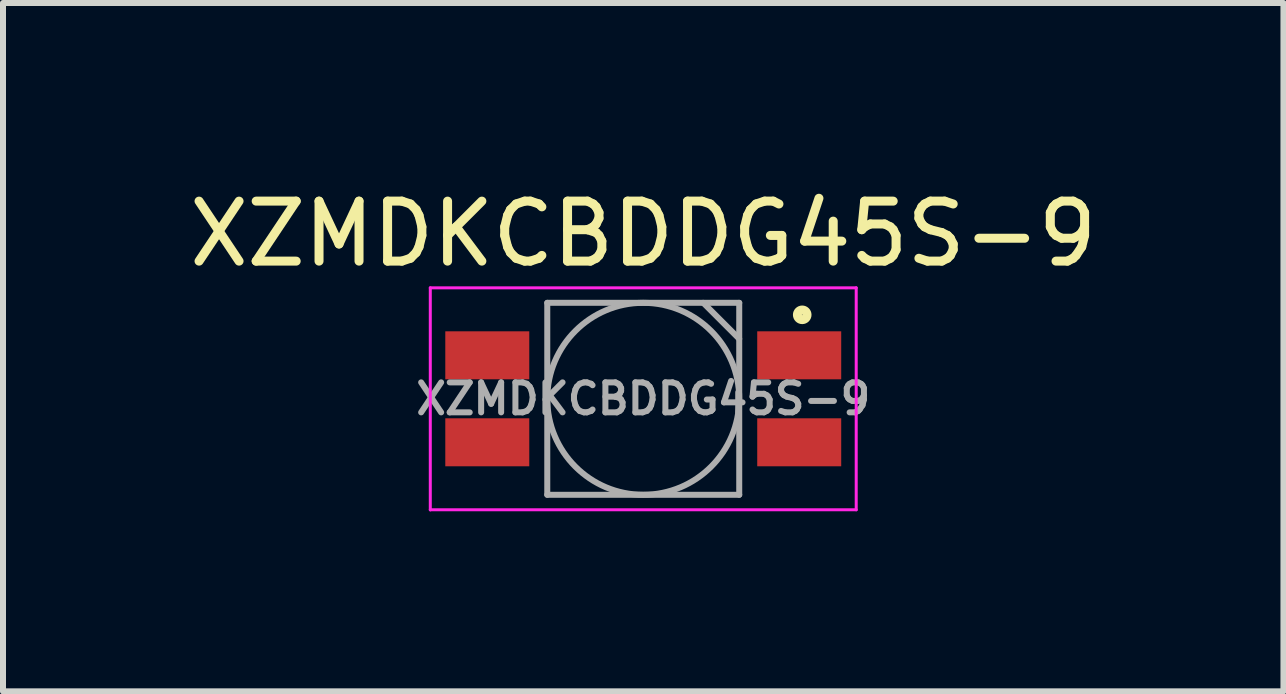
<source format=kicad_pcb>
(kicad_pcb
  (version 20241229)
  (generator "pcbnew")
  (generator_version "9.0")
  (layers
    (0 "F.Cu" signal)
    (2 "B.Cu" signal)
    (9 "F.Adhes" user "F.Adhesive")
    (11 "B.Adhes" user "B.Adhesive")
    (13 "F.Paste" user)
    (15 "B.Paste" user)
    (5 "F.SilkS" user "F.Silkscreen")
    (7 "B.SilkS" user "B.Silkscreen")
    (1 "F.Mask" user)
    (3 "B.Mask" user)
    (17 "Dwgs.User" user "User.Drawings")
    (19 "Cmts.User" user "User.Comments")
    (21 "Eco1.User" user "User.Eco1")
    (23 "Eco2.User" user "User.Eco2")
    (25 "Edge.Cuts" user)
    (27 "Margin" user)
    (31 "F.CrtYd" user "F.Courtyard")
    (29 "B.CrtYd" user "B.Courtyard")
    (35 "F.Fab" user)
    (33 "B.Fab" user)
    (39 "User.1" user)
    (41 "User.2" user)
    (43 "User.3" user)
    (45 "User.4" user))
  (footprint "XZMDKCBDDG45S-9"
    (layer "F.Cu")
    (at 7.673 3.598)
    (property "Reference" "XZMDKCBDDG45S-9" (at 0 -2.75 0) (layer "F.SilkS") (effects (font (size 1 1) (thickness 0.15))))
    (attr smd)
    (fp_circle (center 2.65 -1.4) (end 2.73 -1.4) (stroke (width 0.15) (type solid)) (fill no) (layer "F.SilkS"))
    (fp_line (start -3.55 -1.85) (end -3.55 1.852) (stroke (width 0.05) (type solid)) (layer "F.CrtYd"))
    (fp_line (start -3.55 1.85) (end 3.55 1.85) (stroke (width 0.05) (type solid)) (layer "F.CrtYd"))
    (fp_line (start 3.55 -1.85) (end -3.55 -1.85) (stroke (width 0.05) (type solid)) (layer "F.CrtYd"))
    (fp_line (start 3.55 1.85) (end 3.55 -1.85) (stroke (width 0.05) (type solid)) (layer "F.CrtYd"))
    (fp_line (start -1.6 -1.6) (end -1.6 1.6) (stroke (width 0.1) (type solid)) (layer "F.Fab"))
    (fp_line (start -1.6 1.6) (end 1.6 1.6) (stroke (width 0.1) (type solid)) (layer "F.Fab"))
    (fp_line (start 1.6 -1.6) (end -1.6 -1.6) (stroke (width 0.1) (type solid)) (layer "F.Fab"))
    (fp_line (start 1.6 -1) (end 1 -1.6) (stroke (width 0.1) (type solid)) (layer "F.Fab"))
    (fp_line (start 1.6 1.6) (end 1.6 -1.6) (stroke (width 0.1) (type solid)) (layer "F.Fab"))
    (fp_circle (center 0 0) (end 1.6 0) (stroke (width 0.1) (type solid)) (fill no) (layer "F.Fab"))
    (fp_text user "${REFERENCE}" (at 0 0 0) (layer "F.Fab") (effects (font (size 0.5 0.5) (thickness 0.1))))
    (pad "1" smd rect (at 2.6 -0.725) (size 1.4 0.8) (layers "F.Cu" "F.Mask" "F.Paste"))
    (pad "2" smd rect (at -2.6 -0.725) (size 1.4 0.8) (layers "F.Cu" "F.Mask" "F.Paste"))
    (pad "3" smd rect (at -2.6 0.725) (size 1.4 0.8) (layers "F.Cu" "F.Mask" "F.Paste"))
    (pad "4" smd rect (at 2.6 0.725) (size 1.4 0.8) (layers "F.Cu" "F.Mask" "F.Paste")))
  (gr_rect
    (start -3 -3)
    (end 18.345 8.475)
    (stroke (width 0.1) (type default))
    (fill no)
    (layer "Edge.Cuts")))
</source>
